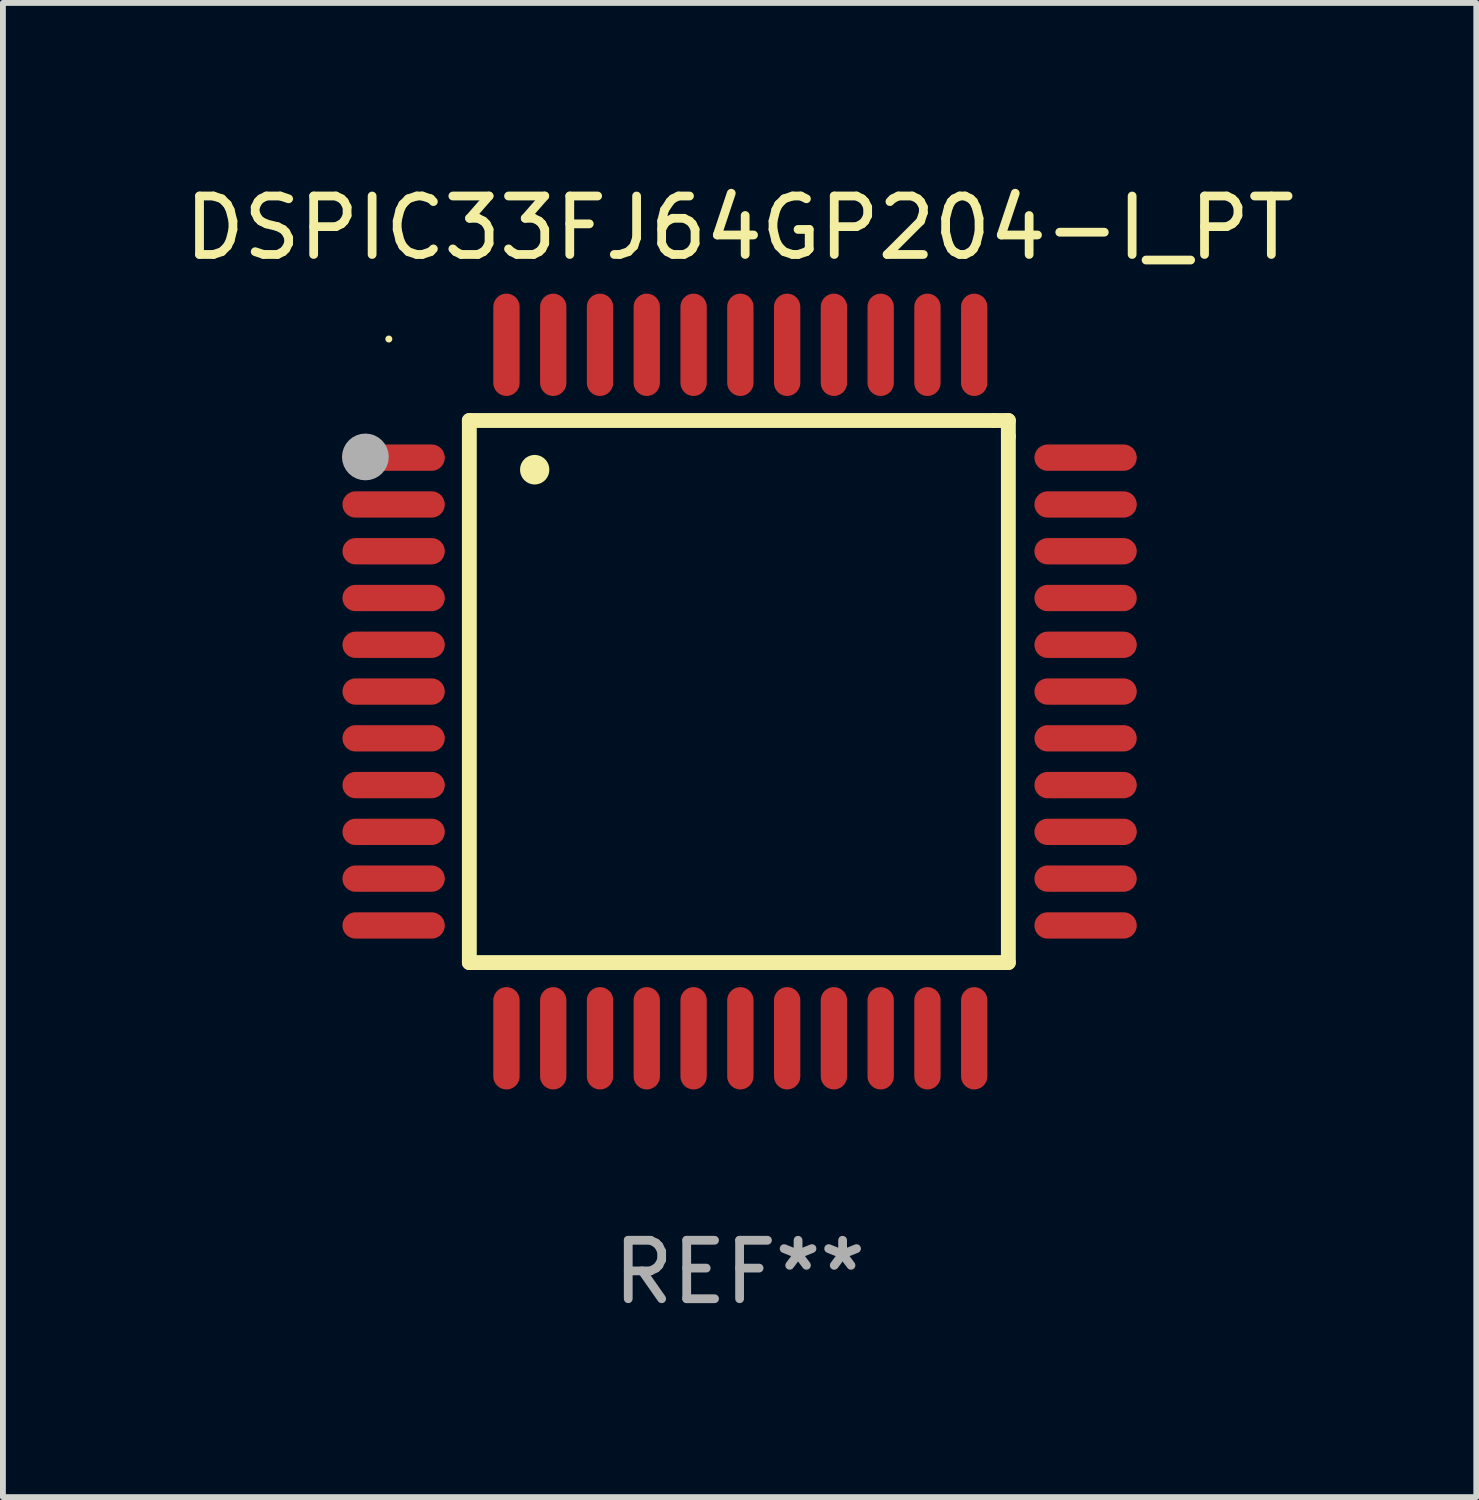
<source format=kicad_pcb>
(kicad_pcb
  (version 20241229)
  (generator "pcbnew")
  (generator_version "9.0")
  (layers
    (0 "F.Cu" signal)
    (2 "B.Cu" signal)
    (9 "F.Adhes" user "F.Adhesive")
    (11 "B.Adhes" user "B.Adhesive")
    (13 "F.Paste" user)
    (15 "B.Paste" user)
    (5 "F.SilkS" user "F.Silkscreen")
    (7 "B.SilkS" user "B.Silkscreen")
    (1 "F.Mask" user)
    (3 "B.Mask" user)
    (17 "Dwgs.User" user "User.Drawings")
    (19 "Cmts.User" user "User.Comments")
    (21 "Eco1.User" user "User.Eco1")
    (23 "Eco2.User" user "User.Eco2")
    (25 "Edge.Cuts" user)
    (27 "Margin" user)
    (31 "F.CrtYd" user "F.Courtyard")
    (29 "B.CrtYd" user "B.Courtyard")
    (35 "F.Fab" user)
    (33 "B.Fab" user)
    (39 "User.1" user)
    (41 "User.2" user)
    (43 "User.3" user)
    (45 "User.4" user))
  (footprint "DSPIC33FJ64GP204-I_PT"
    (layer "F.Cu")
    (at 9.601 8.779)
    (property "Reference" "DSPIC33FJ64GP204-I_PT" (at 0 -7.931 0) (layer "F.SilkS") (effects (font (size 1 1) (thickness 0.15))))
    (attr through_hole)
    (fp_line (start -4.623 -4.636) (end 4.35 -4.636) (stroke (width 0.254) (type solid)) (layer "F.SilkS"))
    (fp_line (start -4.623 4.636) (end -4.623 -4.636) (stroke (width 0.254) (type solid)) (layer "F.SilkS"))
    (fp_line (start 4.35 -4.636) (end 4.597 -4.636) (stroke (width 0.254) (type solid)) (layer "F.SilkS"))
    (fp_line (start 4.597 -4.636) (end 4.597 -4.363) (stroke (width 0.254) (type solid)) (layer "F.SilkS"))
    (fp_line (start 4.597 -4.363) (end 4.597 4.636) (stroke (width 0.254) (type solid)) (layer "F.SilkS"))
    (fp_line (start 4.597 4.636) (end -4.623 4.636) (stroke (width 0.254) (type solid)) (layer "F.SilkS"))
    (fp_arc (start -3.505207 -3.792228) (mid -3.50522 -3.794768) (end -3.505207 -3.797308) (stroke (width 0.5) (type solid)) (layer "F.SilkS"))
    (fp_circle (center -6 -6.03) (end -5.97 -6.03) (stroke (width 0.06) (type solid)) (fill no) (layer "F.SilkS"))
    (fp_circle (center -6.401 -4.013) (end -6.201 -4.013) (stroke (width 0.4) (type solid)) (fill no) (layer "F.Fab"))
    (fp_text user "REF**" (at 0 9.931 0) (layer "F.Fab") (effects (font (size 1 1) (thickness 0.15))))
    (pad "1" smd oval (at -5.918 -4.001 90) (size 0.45 1.75) (layers "F.Cu" "F.Mask" "F.Paste"))
    (pad "2" smd oval (at -5.918 -3.2 90) (size 0.45 1.75) (layers "F.Cu" "F.Mask" "F.Paste"))
    (pad "3" smd oval (at -5.918 -2.4 90) (size 0.45 1.75) (layers "F.Cu" "F.Mask" "F.Paste"))
    (pad "4" smd oval (at -5.918 -1.6 90) (size 0.45 1.75) (layers "F.Cu" "F.Mask" "F.Paste"))
    (pad "5" smd oval (at -5.918 -0.8 90) (size 0.45 1.75) (layers "F.Cu" "F.Mask" "F.Paste"))
    (pad "6" smd oval (at -5.918 0 90) (size 0.45 1.75) (layers "F.Cu" "F.Mask" "F.Paste"))
    (pad "7" smd oval (at -5.918 0.8 90) (size 0.45 1.75) (layers "F.Cu" "F.Mask" "F.Paste"))
    (pad "8" smd oval (at -5.918 1.6 90) (size 0.45 1.75) (layers "F.Cu" "F.Mask" "F.Paste"))
    (pad "9" smd oval (at -5.918 2.4 90) (size 0.45 1.75) (layers "F.Cu" "F.Mask" "F.Paste"))
    (pad "10" smd oval (at -5.918 3.2 90) (size 0.45 1.75) (layers "F.Cu" "F.Mask" "F.Paste"))
    (pad "11" smd oval (at -5.918 4.001 90) (size 0.45 1.75) (layers "F.Cu" "F.Mask" "F.Paste"))
    (pad "12" smd oval (at -3.988 5.931) (size 0.45 1.75) (layers "F.Cu" "F.Mask" "F.Paste"))
    (pad "13" smd oval (at -3.188 5.931) (size 0.45 1.75) (layers "F.Cu" "F.Mask" "F.Paste"))
    (pad "14" smd oval (at -2.388 5.931) (size 0.45 1.75) (layers "F.Cu" "F.Mask" "F.Paste"))
    (pad "15" smd oval (at -1.588 5.931) (size 0.45 1.75) (layers "F.Cu" "F.Mask" "F.Paste"))
    (pad "16" smd oval (at -0.787 5.931) (size 0.45 1.75) (layers "F.Cu" "F.Mask" "F.Paste"))
    (pad "17" smd oval (at 0.013 5.931) (size 0.45 1.75) (layers "F.Cu" "F.Mask" "F.Paste"))
    (pad "18" smd oval (at 0.813 5.931) (size 0.45 1.75) (layers "F.Cu" "F.Mask" "F.Paste"))
    (pad "19" smd oval (at 1.613 5.931) (size 0.45 1.75) (layers "F.Cu" "F.Mask" "F.Paste"))
    (pad "20" smd oval (at 2.413 5.931) (size 0.45 1.75) (layers "F.Cu" "F.Mask" "F.Paste"))
    (pad "21" smd oval (at 3.213 5.931) (size 0.45 1.75) (layers "F.Cu" "F.Mask" "F.Paste"))
    (pad "22" smd oval (at 4.013 5.931) (size 0.45 1.75) (layers "F.Cu" "F.Mask" "F.Paste"))
    (pad "23" smd oval (at 5.918 4.001 90) (size 0.45 1.75) (layers "F.Cu" "F.Mask" "F.Paste"))
    (pad "24" smd oval (at 5.918 3.2 90) (size 0.45 1.75) (layers "F.Cu" "F.Mask" "F.Paste"))
    (pad "25" smd oval (at 5.918 2.4 90) (size 0.45 1.75) (layers "F.Cu" "F.Mask" "F.Paste"))
    (pad "26" smd oval (at 5.918 1.6 90) (size 0.45 1.75) (layers "F.Cu" "F.Mask" "F.Paste"))
    (pad "27" smd oval (at 5.918 0.8 90) (size 0.45 1.75) (layers "F.Cu" "F.Mask" "F.Paste"))
    (pad "28" smd oval (at 5.918 0 90) (size 0.45 1.75) (layers "F.Cu" "F.Mask" "F.Paste"))
    (pad "29" smd oval (at 5.918 -0.8 90) (size 0.45 1.75) (layers "F.Cu" "F.Mask" "F.Paste"))
    (pad "30" smd oval (at 5.918 -1.6 90) (size 0.45 1.75) (layers "F.Cu" "F.Mask" "F.Paste"))
    (pad "31" smd oval (at 5.918 -2.4 90) (size 0.45 1.75) (layers "F.Cu" "F.Mask" "F.Paste"))
    (pad "32" smd oval (at 5.918 -3.2 90) (size 0.45 1.75) (layers "F.Cu" "F.Mask" "F.Paste"))
    (pad "33" smd oval (at 5.918 -4.001 90) (size 0.45 1.75) (layers "F.Cu" "F.Mask" "F.Paste"))
    (pad "34" smd oval (at 4.013 -5.931) (size 0.45 1.75) (layers "F.Cu" "F.Mask" "F.Paste"))
    (pad "35" smd oval (at 3.213 -5.931) (size 0.45 1.75) (layers "F.Cu" "F.Mask" "F.Paste"))
    (pad "36" smd oval (at 2.413 -5.931) (size 0.45 1.75) (layers "F.Cu" "F.Mask" "F.Paste"))
    (pad "37" smd oval (at 1.613 -5.931) (size 0.45 1.75) (layers "F.Cu" "F.Mask" "F.Paste"))
    (pad "38" smd oval (at 0.813 -5.931) (size 0.45 1.75) (layers "F.Cu" "F.Mask" "F.Paste"))
    (pad "39" smd oval (at 0.013 -5.931) (size 0.45 1.75) (layers "F.Cu" "F.Mask" "F.Paste"))
    (pad "40" smd oval (at -0.787 -5.931) (size 0.45 1.75) (layers "F.Cu" "F.Mask" "F.Paste"))
    (pad "41" smd oval (at -1.588 -5.931) (size 0.45 1.75) (layers "F.Cu" "F.Mask" "F.Paste"))
    (pad "42" smd oval (at -2.388 -5.931) (size 0.45 1.75) (layers "F.Cu" "F.Mask" "F.Paste"))
    (pad "43" smd oval (at -3.188 -5.931) (size 0.45 1.75) (layers "F.Cu" "F.Mask" "F.Paste"))
    (pad "44" smd oval (at -3.988 -5.931) (size 0.45 1.75) (layers "F.Cu" "F.Mask" "F.Paste")))
  (gr_rect
    (start -3 -3)
    (end 22.202 22.558)
    (stroke (width 0.1) (type default))
    (fill no)
    (layer "Edge.Cuts")))
</source>
